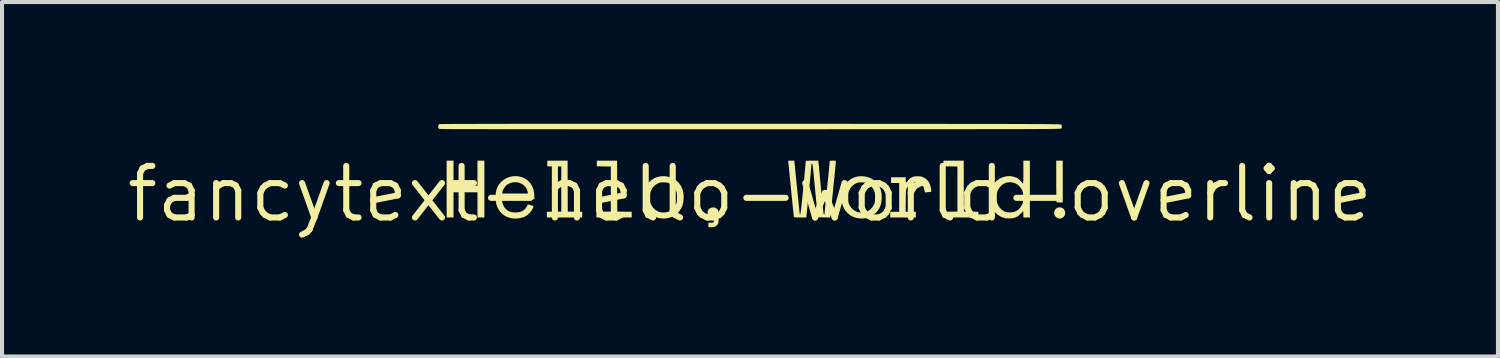
<source format=kicad_pcb>
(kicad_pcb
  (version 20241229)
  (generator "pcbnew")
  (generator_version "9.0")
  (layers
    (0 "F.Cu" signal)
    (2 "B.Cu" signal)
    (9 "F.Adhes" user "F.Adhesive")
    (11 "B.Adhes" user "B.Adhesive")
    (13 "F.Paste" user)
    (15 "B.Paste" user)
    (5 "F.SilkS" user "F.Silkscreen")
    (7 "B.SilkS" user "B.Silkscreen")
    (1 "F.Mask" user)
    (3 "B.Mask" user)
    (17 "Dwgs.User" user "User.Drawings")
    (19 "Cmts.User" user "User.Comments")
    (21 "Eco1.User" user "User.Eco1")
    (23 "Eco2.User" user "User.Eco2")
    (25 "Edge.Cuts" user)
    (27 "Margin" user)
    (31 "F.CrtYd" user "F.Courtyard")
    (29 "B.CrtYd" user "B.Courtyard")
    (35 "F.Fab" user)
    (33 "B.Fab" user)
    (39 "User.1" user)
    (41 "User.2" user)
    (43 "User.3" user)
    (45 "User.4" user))
  (footprint "fancytext-hello-world-overline"
    (layer "F.Cu")
    (at 15.429 1.728)
    (property "Reference" "fancytext-hello-world-overline" (at 0 0 0) (layer "F.SilkS") (effects (font (size 1.27 1.27) (thickness 0.15))))
    (attr board_only exclude_from_pos_files exclude_from_bom)
    (fp_poly (pts (xy 7.552 0.203) (xy 7.55 0.192) (xy 7.549 0.163) (xy 7.548 0.118) (xy 7.547 0.058) (xy 7.546 -0.014) (xy 7.546 -0.096) (xy 7.545 -0.187) (xy 7.545 -0.284) (xy 7.545 -0.312) (xy 7.545 -0.82) (xy 7.625 -0.82) (xy 7.705 -0.82) (xy 7.705 -0.305) (xy 7.705 0.21) (xy 7.632 0.21) (xy 7.595 0.209) (xy 7.567 0.207) (xy 7.552 0.204) (xy 7.552 0.203)) (stroke (width 0) (type solid)) (fill yes) (layer "F.SilkS"))
    (fp_poly (pts (xy -5.005 0.51) (xy -5.005 0.44) (xy -4.827 0.438) (xy -4.65 0.435) (xy -4.65 -0.12) (xy -4.65 -0.675) (xy -4.822 -0.678) (xy -4.995 -0.68) (xy -4.995 -0.75) (xy -4.995 -0.82) (xy -4.745 -0.82) (xy -4.495 -0.82) (xy -4.493 -0.193) (xy -4.49 0.435) (xy -4.312 0.438) (xy -4.135 0.44) (xy -4.135 0.51) (xy -4.135 0.58) (xy -4.57 0.58) (xy -5.005 0.58) (xy -5.005 0.51)) (stroke (width 0) (type solid)) (fill yes) (layer "F.SilkS"))
    (fp_poly (pts (xy -3.785 0.51) (xy -3.785 0.44) (xy -3.607 0.438) (xy -3.43 0.435) (xy -3.43 -0.12) (xy -3.43 -0.675) (xy -3.603 -0.678) (xy -3.775 -0.68) (xy -3.775 -0.75) (xy -3.775 -0.82) (xy -3.525 -0.82) (xy -3.275 -0.82) (xy -3.273 -0.193) (xy -3.27 0.435) (xy -3.092 0.438) (xy -2.915 0.44) (xy -2.915 0.51) (xy -2.915 0.58) (xy -3.35 0.58) (xy -3.785 0.58) (xy -3.785 0.51)) (stroke (width 0) (type solid)) (fill yes) (layer "F.SilkS"))
    (fp_poly (pts (xy 4.755 0.51) (xy 4.755 0.44) (xy 4.933 0.438) (xy 5.11 0.435) (xy 5.11 -0.12) (xy 5.11 -0.675) (xy 4.938 -0.678) (xy 4.765 -0.68) (xy 4.765 -0.75) (xy 4.765 -0.82) (xy 5.015 -0.82) (xy 5.265 -0.82) (xy 5.267 -0.193) (xy 5.27 0.435) (xy 5.447 0.438) (xy 5.625 0.44) (xy 5.625 0.51) (xy 5.625 0.58) (xy 5.19 0.58) (xy 4.755 0.58) (xy 4.755 0.51)) (stroke (width 0) (type solid)) (fill yes) (layer "F.SilkS"))
    (fp_poly (pts (xy 7.57 0.591) (xy 7.529 0.562) (xy 7.502 0.52) (xy 7.493 0.469) (xy 7.493 0.463) (xy 7.502 0.413) (xy 7.528 0.373) (xy 7.567 0.344) (xy 7.615 0.331) (xy 7.628 0.33) (xy 7.68 0.339) (xy 7.721 0.364) (xy 7.75 0.402) (xy 7.764 0.452) (xy 7.765 0.472) (xy 7.756 0.52) (xy 7.729 0.562) (xy 7.688 0.592) (xy 7.678 0.596) (xy 7.645 0.607) (xy 7.617 0.608) (xy 7.584 0.597) (xy 7.57 0.591)) (stroke (width 0) (type solid)) (fill yes) (layer "F.SilkS"))
    (fp_poly (pts (xy -7.475 -0.12) (xy -7.475 -0.82) (xy -7.39 -0.82) (xy -7.305 -0.82) (xy -7.305 -0.51) (xy -7.305 -0.2) (xy -7.01 -0.2) (xy -6.715 -0.2) (xy -6.715 -0.51) (xy -6.715 -0.82) (xy -6.63 -0.82) (xy -6.545 -0.82) (xy -6.545 -0.12) (xy -6.545 0.58) (xy -6.63 0.58) (xy -6.715 0.58) (xy -6.715 0.27) (xy -6.715 -0.04) (xy -7.01 -0.04) (xy -7.305 -0.04) (xy -7.305 0.27) (xy -7.305 0.58) (xy -7.39 0.58) (xy -7.475 0.58) (xy -7.475 -0.12)) (stroke (width 0) (type solid)) (fill yes) (layer "F.SilkS"))
    (fp_poly (pts (xy -1.025 0.765) (xy -1.025 0.71) (xy -0.965 0.71) (xy -0.93 0.709) (xy -0.91 0.705) (xy -0.896 0.695) (xy -0.89 0.686) (xy -0.879 0.657) (xy -0.877 0.633) (xy -0.882 0.613) (xy -0.896 0.607) (xy -0.907 0.608) (xy -0.945 0.604) (xy -0.985 0.585) (xy -1.017 0.555) (xy -1.026 0.543) (xy -1.043 0.502) (xy -1.047 0.456) (xy -1.04 0.413) (xy -1.03 0.394) (xy -0.996 0.359) (xy -0.952 0.338) (xy -0.904 0.331) (xy -0.857 0.34) (xy -0.838 0.35) (xy -0.815 0.366) (xy -0.799 0.384) (xy -0.787 0.409) (xy -0.78 0.443) (xy -0.776 0.489) (xy -0.775 0.55) (xy -0.775 0.573) (xy -0.775 0.63) (xy -0.776 0.671) (xy -0.778 0.7) (xy -0.783 0.721) (xy -0.789 0.736) (xy -0.798 0.751) (xy -0.83 0.787) (xy -0.873 0.809) (xy -0.928 0.819) (xy -0.958 0.82) (xy -1.025 0.82) (xy -1.025 0.765)) (stroke (width 0) (type solid)) (fill yes) (layer "F.SilkS"))
    (fp_poly (pts (xy 3.455 0.51) (xy 3.455 0.44) (xy 3.565 0.44) (xy 3.675 0.44) (xy 3.675 0.085) (xy 3.675 -0.27) (xy 3.575 -0.27) (xy 3.475 -0.27) (xy 3.475 -0.34) (xy 3.475 -0.41) (xy 3.655 -0.41) (xy 3.835 -0.41) (xy 3.835 -0.345) (xy 3.837 -0.305) (xy 3.843 -0.285) (xy 3.854 -0.284) (xy 3.872 -0.301) (xy 3.89 -0.328) (xy 3.918 -0.364) (xy 3.955 -0.392) (xy 3.979 -0.405) (xy 4.011 -0.42) (xy 4.038 -0.429) (xy 4.068 -0.433) (xy 4.107 -0.435) (xy 4.129 -0.435) (xy 4.176 -0.434) (xy 4.21 -0.431) (xy 4.239 -0.424) (xy 4.268 -0.411) (xy 4.277 -0.407) (xy 4.343 -0.364) (xy 4.395 -0.307) (xy 4.433 -0.236) (xy 4.456 -0.153) (xy 4.461 -0.117) (xy 4.467 -0.053) (xy 4.4 -0.045) (xy 4.363 -0.041) (xy 4.335 -0.037) (xy 4.32 -0.034) (xy 4.311 -0.04) (xy 4.303 -0.066) (xy 4.297 -0.096) (xy 4.28 -0.161) (xy 4.253 -0.211) (xy 4.214 -0.248) (xy 4.182 -0.266) (xy 4.118 -0.286) (xy 4.054 -0.289) (xy 3.993 -0.276) (xy 3.939 -0.247) (xy 3.913 -0.224) (xy 3.893 -0.197) (xy 3.872 -0.163) (xy 3.863 -0.145) (xy 3.856 -0.129) (xy 3.851 -0.113) (xy 3.847 -0.094) (xy 3.843 -0.071) (xy 3.841 -0.039) (xy 3.84 0.004) (xy 3.838 0.06) (xy 3.837 0.132) (xy 3.837 0.172) (xy 3.834 0.44) (xy 3.959 0.44) (xy 4.085 0.44) (xy 4.085 0.51) (xy 4.085 0.58) (xy 3.77 0.58) (xy 3.455 0.58) (xy 3.455 0.51)) (stroke (width 0) (type solid)) (fill yes) (layer "F.SilkS"))
    (fp_poly (pts (xy -5.719 -0.436) (xy -5.629 -0.415) (xy -5.56 -0.387) (xy -5.481 -0.335) (xy -5.417 -0.27) (xy -5.367 -0.192) (xy -5.334 -0.104) (xy -5.317 -0.006) (xy -5.315 0.047) (xy -5.315 0.13) (xy -6.118 0.13) (xy -6.111 0.172) (xy -6.09 0.255) (xy -6.055 0.326) (xy -6.006 0.383) (xy -5.946 0.425) (xy -5.933 0.431) (xy -5.881 0.447) (xy -5.818 0.455) (xy -5.751 0.456) (xy -5.688 0.449) (xy -5.635 0.434) (xy -5.63 0.432) (xy -5.572 0.398) (xy -5.528 0.355) (xy -5.499 0.307) (xy -5.484 0.281) (xy -5.473 0.264) (xy -5.469 0.26) (xy -5.458 0.262) (xy -5.432 0.268) (xy -5.4 0.276) (xy -5.363 0.287) (xy -5.343 0.298) (xy -5.337 0.314) (xy -5.344 0.339) (xy -5.362 0.378) (xy -5.362 0.378) (xy -5.394 0.427) (xy -5.438 0.476) (xy -5.488 0.521) (xy -5.539 0.555) (xy -5.569 0.569) (xy -5.673 0.598) (xy -5.779 0.608) (xy -5.883 0.599) (xy -5.901 0.595) (xy -5.989 0.567) (xy -6.068 0.521) (xy -6.125 0.471) (xy -6.179 0.408) (xy -6.219 0.34) (xy -6.247 0.266) (xy -6.263 0.18) (xy -6.268 0.081) (xy -6.268 0.07) (xy -6.264 -0.018) (xy -6.261 -0.033) (xy -6.105 -0.033) (xy -6.105 -0.01) (xy -5.475 -0.01) (xy -5.475 -0.037) (xy -5.482 -0.072) (xy -5.499 -0.114) (xy -5.522 -0.156) (xy -5.55 -0.192) (xy -5.556 -0.198) (xy -5.616 -0.244) (xy -5.686 -0.275) (xy -5.76 -0.289) (xy -5.836 -0.286) (xy -5.909 -0.268) (xy -5.977 -0.233) (xy -5.993 -0.221) (xy -6.025 -0.189) (xy -6.056 -0.149) (xy -6.082 -0.105) (xy -6.099 -0.064) (xy -6.105 -0.033) (xy -6.261 -0.033) (xy -6.251 -0.092) (xy -6.228 -0.158) (xy -6.195 -0.22) (xy -6.137 -0.292) (xy -6.067 -0.351) (xy -5.987 -0.396) (xy -5.901 -0.425) (xy -5.81 -0.439)) (stroke (width 0) (type solid)) (fill yes) (layer "F.SilkS"))
    (fp_poly (pts (xy -2.1 -0.437) (xy -2 -0.421) (xy -1.908 -0.388) (xy -1.827 -0.34) (xy -1.759 -0.277) (xy -1.704 -0.2) (xy -1.686 -0.166) (xy -1.659 -0.099) (xy -1.643 -0.03) (xy -1.636 0.048) (xy -1.635 0.085) (xy -1.642 0.19) (xy -1.663 0.282) (xy -1.7 0.363) (xy -1.752 0.437) (xy -1.779 0.466) (xy -1.854 0.527) (xy -1.939 0.571) (xy -2.031 0.598) (xy -2.128 0.607) (xy -2.228 0.598) (xy -2.243 0.595) (xy -2.329 0.569) (xy -2.403 0.531) (xy -2.471 0.477) (xy -2.532 0.41) (xy -2.577 0.335) (xy -2.607 0.251) (xy -2.622 0.155) (xy -2.625 0.09) (xy -2.46 0.09) (xy -2.46 0.143) (xy -2.458 0.181) (xy -2.455 0.209) (xy -2.449 0.231) (xy -2.44 0.253) (xy -2.432 0.27) (xy -2.385 0.342) (xy -2.328 0.397) (xy -2.259 0.436) (xy -2.232 0.446) (xy -2.18 0.456) (xy -2.118 0.457) (xy -2.055 0.449) (xy -1.998 0.433) (xy -1.98 0.426) (xy -1.917 0.384) (xy -1.864 0.326) (xy -1.826 0.261) (xy -1.815 0.235) (xy -1.807 0.211) (xy -1.803 0.184) (xy -1.801 0.149) (xy -1.8 0.101) (xy -1.8 0.085) (xy -1.8 0.033) (xy -1.802 -0.004) (xy -1.805 -0.032) (xy -1.812 -0.055) (xy -1.822 -0.081) (xy -1.833 -0.102) (xy -1.877 -0.171) (xy -1.933 -0.226) (xy -1.994 -0.262) (xy -2.022 -0.274) (xy -2.052 -0.281) (xy -2.09 -0.284) (xy -2.13 -0.285) (xy -2.177 -0.284) (xy -2.211 -0.281) (xy -2.24 -0.273) (xy -2.27 -0.261) (xy -2.277 -0.257) (xy -2.342 -0.214) (xy -2.397 -0.155) (xy -2.434 -0.091) (xy -2.445 -0.066) (xy -2.452 -0.042) (xy -2.457 -0.016) (xy -2.459 0.018) (xy -2.46 0.064) (xy -2.46 0.09) (xy -2.625 0.09) (xy -2.625 0.085) (xy -2.618 -0.02) (xy -2.598 -0.112) (xy -2.562 -0.194) (xy -2.511 -0.266) (xy -2.476 -0.303) (xy -2.398 -0.365) (xy -2.312 -0.408) (xy -2.219 -0.432) (xy -2.119 -0.438)) (stroke (width 0) (type solid)) (fill yes) (layer "F.SilkS"))
    (fp_poly (pts (xy 2.78 -0.437) (xy 2.881 -0.421) (xy 2.972 -0.388) (xy 3.053 -0.34) (xy 3.121 -0.277) (xy 3.176 -0.2) (xy 3.194 -0.166) (xy 3.221 -0.099) (xy 3.237 -0.03) (xy 3.244 0.048) (xy 3.245 0.085) (xy 3.238 0.19) (xy 3.217 0.282) (xy 3.18 0.363) (xy 3.128 0.437) (xy 3.101 0.466) (xy 3.026 0.527) (xy 2.941 0.571) (xy 2.849 0.598) (xy 2.752 0.607) (xy 2.652 0.598) (xy 2.637 0.595) (xy 2.551 0.569) (xy 2.477 0.531) (xy 2.409 0.477) (xy 2.348 0.41) (xy 2.303 0.335) (xy 2.273 0.251) (xy 2.258 0.155) (xy 2.255 0.09) (xy 2.42 0.09) (xy 2.42 0.143) (xy 2.422 0.181) (xy 2.425 0.209) (xy 2.431 0.231) (xy 2.44 0.253) (xy 2.448 0.27) (xy 2.495 0.342) (xy 2.552 0.397) (xy 2.621 0.436) (xy 2.648 0.446) (xy 2.7 0.456) (xy 2.762 0.457) (xy 2.825 0.449) (xy 2.882 0.433) (xy 2.9 0.426) (xy 2.963 0.384) (xy 3.016 0.326) (xy 3.054 0.261) (xy 3.065 0.235) (xy 3.073 0.211) (xy 3.077 0.184) (xy 3.079 0.149) (xy 3.08 0.101) (xy 3.08 0.085) (xy 3.08 0.033) (xy 3.078 -0.004) (xy 3.075 -0.032) (xy 3.068 -0.055) (xy 3.058 -0.081) (xy 3.047 -0.102) (xy 3.003 -0.171) (xy 2.947 -0.226) (xy 2.886 -0.262) (xy 2.858 -0.274) (xy 2.828 -0.281) (xy 2.79 -0.284) (xy 2.75 -0.285) (xy 2.703 -0.284) (xy 2.669 -0.281) (xy 2.64 -0.273) (xy 2.61 -0.261) (xy 2.603 -0.257) (xy 2.538 -0.214) (xy 2.483 -0.155) (xy 2.446 -0.091) (xy 2.435 -0.066) (xy 2.428 -0.042) (xy 2.423 -0.016) (xy 2.421 0.018) (xy 2.42 0.064) (xy 2.42 0.09) (xy 2.255 0.09) (xy 2.255 0.085) (xy 2.262 -0.02) (xy 2.282 -0.112) (xy 2.318 -0.194) (xy 2.369 -0.266) (xy 2.404 -0.303) (xy 2.482 -0.365) (xy 2.568 -0.408) (xy 2.661 -0.432) (xy 2.761 -0.438)) (stroke (width 0) (type solid)) (fill yes) (layer "F.SilkS"))
    (fp_poly (pts (xy 6.895 0.58) (xy 6.735 0.58) (xy 6.735 0.505) (xy 6.734 0.469) (xy 6.733 0.443) (xy 6.73 0.43) (xy 6.73 0.43) (xy 6.721 0.437) (xy 6.702 0.454) (xy 6.676 0.48) (xy 6.662 0.493) (xy 6.621 0.533) (xy 6.583 0.559) (xy 6.543 0.578) (xy 6.542 0.579) (xy 6.469 0.598) (xy 6.389 0.605) (xy 6.31 0.601) (xy 6.279 0.596) (xy 6.19 0.566) (xy 6.111 0.52) (xy 6.055 0.471) (xy 5.997 0.4) (xy 5.954 0.317) (xy 5.927 0.222) (xy 5.916 0.115) (xy 5.915 0.085) (xy 5.915 0.085) (xy 6.08 0.085) (xy 6.08 0.137) (xy 6.082 0.175) (xy 6.086 0.204) (xy 6.092 0.228) (xy 6.103 0.254) (xy 6.108 0.265) (xy 6.151 0.337) (xy 6.205 0.393) (xy 6.269 0.431) (xy 6.343 0.453) (xy 6.422 0.456) (xy 6.479 0.45) (xy 6.528 0.435) (xy 6.548 0.426) (xy 6.613 0.384) (xy 6.666 0.325) (xy 6.704 0.261) (xy 6.715 0.235) (xy 6.723 0.211) (xy 6.727 0.184) (xy 6.729 0.149) (xy 6.73 0.101) (xy 6.73 0.085) (xy 6.73 0.033) (xy 6.728 -0.005) (xy 6.724 -0.034) (xy 6.717 -0.059) (xy 6.707 -0.085) (xy 6.701 -0.098) (xy 6.659 -0.166) (xy 6.605 -0.22) (xy 6.541 -0.26) (xy 6.469 -0.283) (xy 6.394 -0.29) (xy 6.317 -0.278) (xy 6.289 -0.269) (xy 6.221 -0.233) (xy 6.164 -0.18) (xy 6.118 -0.112) (xy 6.112 -0.101) (xy 6.099 -0.072) (xy 6.089 -0.048) (xy 6.084 -0.024) (xy 6.081 0.006) (xy 6.08 0.047) (xy 6.08 0.085) (xy 5.915 0.085) (xy 5.923 -0.02) (xy 5.946 -0.118) (xy 5.983 -0.205) (xy 6.034 -0.281) (xy 6.071 -0.319) (xy 6.144 -0.373) (xy 6.226 -0.411) (xy 6.312 -0.434) (xy 6.401 -0.439) (xy 6.489 -0.426) (xy 6.572 -0.396) (xy 6.575 -0.395) (xy 6.602 -0.378) (xy 6.633 -0.354) (xy 6.662 -0.326) (xy 6.687 -0.3) (xy 6.702 -0.279) (xy 6.705 -0.27) (xy 6.713 -0.261) (xy 6.72 -0.26) (xy 6.724 -0.262) (xy 6.728 -0.27) (xy 6.731 -0.286) (xy 6.732 -0.312) (xy 6.734 -0.35) (xy 6.735 -0.401) (xy 6.735 -0.47) (xy 6.735 -0.54) (xy 6.735 -0.82) (xy 6.895 -0.82)) (stroke (width 0) (type solid)) (fill yes) (layer "F.SilkS"))
    (fp_poly (pts (xy -7.652 -1.6) (xy -7.673 -1.618) (xy -7.683 -1.646) (xy -7.682 -1.677) (xy -7.67 -1.704) (xy -7.649 -1.72) (xy -7.637 -1.721) (xy -7.606 -1.722) (xy -7.555 -1.722) (xy -7.484 -1.723) (xy -7.394 -1.723) (xy -7.284 -1.724) (xy -7.156 -1.724) (xy -7.008 -1.725) (xy -6.842 -1.725) (xy -6.657 -1.726) (xy -6.453 -1.726) (xy -6.231 -1.726) (xy -5.991 -1.727) (xy -5.733 -1.727) (xy -5.457 -1.727) (xy -5.164 -1.727) (xy -4.852 -1.727) (xy -4.523 -1.728) (xy -4.177 -1.728) (xy -3.814 -1.728) (xy -3.433 -1.728) (xy -3.036 -1.728) (xy -2.622 -1.728) (xy -2.192 -1.728) (xy -1.745 -1.728) (xy -1.282 -1.728) (xy -0.802 -1.728) (xy -0.307 -1.728) (xy 0.017 -1.728) (xy 0.485 -1.727) (xy 0.935 -1.727) (xy 1.365 -1.727) (xy 1.776 -1.727) (xy 2.169 -1.727) (xy 2.544 -1.727) (xy 2.902 -1.726) (xy 3.243 -1.726) (xy 3.566 -1.726) (xy 3.874 -1.726) (xy 4.166 -1.726) (xy 4.443 -1.726) (xy 4.704 -1.726) (xy 4.951 -1.725) (xy 5.184 -1.725) (xy 5.403 -1.725) (xy 5.609 -1.725) (xy 5.801 -1.724) (xy 5.982 -1.724) (xy 6.15 -1.724) (xy 6.307 -1.724) (xy 6.453 -1.723) (xy 6.587 -1.723) (xy 6.712 -1.723) (xy 6.826 -1.722) (xy 6.931 -1.722) (xy 7.027 -1.722) (xy 7.114 -1.721) (xy 7.192 -1.721) (xy 7.263 -1.72) (xy 7.327 -1.72) (xy 7.383 -1.719) (xy 7.433 -1.718) (xy 7.477 -1.718) (xy 7.514 -1.717) (xy 7.547 -1.716) (xy 7.574 -1.716) (xy 7.597 -1.715) (xy 7.616 -1.714) (xy 7.632 -1.713) (xy 7.644 -1.712) (xy 7.653 -1.711) (xy 7.66 -1.71) (xy 7.664 -1.709) (xy 7.667 -1.708) (xy 7.669 -1.707) (xy 7.671 -1.706) (xy 7.671 -1.706) (xy 7.683 -1.673) (xy 7.681 -1.637) (xy 7.671 -1.614) (xy 7.67 -1.613) (xy 7.668 -1.612) (xy 7.665 -1.611) (xy 7.661 -1.61) (xy 7.655 -1.609) (xy 7.647 -1.608) (xy 7.636 -1.607) (xy 7.621 -1.606) (xy 7.604 -1.605) (xy 7.582 -1.605) (xy 7.556 -1.604) (xy 7.525 -1.603) (xy 7.489 -1.602) (xy 7.447 -1.602) (xy 7.399 -1.601) (xy 7.345 -1.601) (xy 7.284 -1.6) (xy 7.215 -1.6) (xy 7.139 -1.599) (xy 7.054 -1.599) (xy 6.961 -1.598) (xy 6.859 -1.598) (xy 6.748 -1.597) (xy 6.627 -1.597) (xy 6.495 -1.597) (xy 6.353 -1.597) (xy 6.2 -1.596) (xy 6.035 -1.596) (xy 5.859 -1.596) (xy 5.67 -1.596) (xy 5.468 -1.595) (xy 5.253 -1.595) (xy 5.025 -1.595) (xy 4.782 -1.595) (xy 4.525 -1.595) (xy 4.253 -1.594) (xy 3.966 -1.594) (xy 3.664 -1.594) (xy 3.345 -1.594) (xy 3.01 -1.594) (xy 2.657 -1.594) (xy 2.288 -1.594) (xy 1.9 -1.594) (xy 1.495 -1.593) (xy 1.07 -1.593) (xy 0.627 -1.593) (xy 0.165 -1.593) (xy 0.013 -1.593) (xy -0.418 -1.593) (xy -0.841 -1.593) (xy -1.255 -1.593) (xy -1.66 -1.593) (xy -2.055 -1.593) (xy -2.44 -1.593) (xy -2.814 -1.593) (xy -3.178 -1.593) (xy -3.53 -1.593) (xy -3.87 -1.593) (xy -4.199 -1.593) (xy -4.515 -1.594) (xy -4.818 -1.594) (xy -5.108 -1.594) (xy -5.385 -1.594) (xy -5.647 -1.594) (xy -5.896 -1.595) (xy -6.129 -1.595) (xy -6.348 -1.595) (xy -6.551 -1.596) (xy -6.738 -1.596) (xy -6.909 -1.596) (xy -7.063 -1.597) (xy -7.2 -1.597) (xy -7.32 -1.597) (xy -7.422 -1.598) (xy -7.506 -1.598) (xy -7.571 -1.599) (xy -7.618 -1.599) (xy -7.645 -1.6) (xy -7.652 -1.6)) (stroke (width 0) (type solid)) (fill yes) (layer "F.SilkS"))
    (fp_poly (pts (xy 1.081 0.568) (xy 1.079 0.556) (xy 1.076 0.526) (xy 1.071 0.479) (xy 1.064 0.417) (xy 1.056 0.343) (xy 1.048 0.256) (xy 1.038 0.16) (xy 1.027 0.055) (xy 1.016 -0.056) (xy 1.01 -0.115) (xy 0.999 -0.229) (xy 0.988 -0.338) (xy 0.978 -0.439) (xy 0.969 -0.531) (xy 0.961 -0.612) (xy 0.954 -0.682) (xy 0.948 -0.737) (xy 0.944 -0.776) (xy 0.941 -0.798) (xy 0.941 -0.802) (xy 0.941 -0.811) (xy 0.949 -0.817) (xy 0.968 -0.819) (xy 1.003 -0.82) (xy 1.014 -0.82) (xy 1.091 -0.82) (xy 1.154 -0.193) (xy 1.165 -0.081) (xy 1.176 0.025) (xy 1.186 0.124) (xy 1.195 0.214) (xy 1.203 0.294) (xy 1.21 0.361) (xy 1.216 0.415) (xy 1.22 0.452) (xy 1.222 0.471) (xy 1.222 0.473) (xy 1.226 0.494) (xy 1.23 0.506) (xy 1.234 0.508) (xy 1.238 0.5) (xy 1.243 0.479) (xy 1.249 0.446) (xy 1.255 0.399) (xy 1.263 0.338) (xy 1.271 0.26) (xy 1.281 0.167) (xy 1.292 0.055) (xy 1.305 -0.075) (xy 1.312 -0.146) (xy 1.322 -0.258) (xy 1.333 -0.364) (xy 1.342 -0.463) (xy 1.35 -0.553) (xy 1.358 -0.632) (xy 1.364 -0.698) (xy 1.369 -0.75) (xy 1.372 -0.787) (xy 1.374 -0.805) (xy 1.374 -0.807) (xy 1.38 -0.813) (xy 1.397 -0.816) (xy 1.428 -0.818) (xy 1.475 -0.82) (xy 1.529 -0.82) (xy 1.682 -0.82) (xy 1.688 -0.767) (xy 1.69 -0.748) (xy 1.694 -0.711) (xy 1.699 -0.658) (xy 1.705 -0.59) (xy 1.713 -0.51) (xy 1.721 -0.42) (xy 1.731 -0.321) (xy 1.741 -0.216) (xy 1.751 -0.105) (xy 1.751 -0.102) (xy 1.764 0.03) (xy 1.775 0.144) (xy 1.785 0.24) (xy 1.793 0.32) (xy 1.8 0.384) (xy 1.806 0.433) (xy 1.811 0.47) (xy 1.816 0.494) (xy 1.819 0.507) (xy 1.822 0.51) (xy 1.834 0.502) (xy 1.835 0.497) (xy 1.836 0.486) (xy 1.839 0.456) (xy 1.843 0.409) (xy 1.849 0.348) (xy 1.857 0.273) (xy 1.865 0.187) (xy 1.875 0.092) (xy 1.885 -0.012) (xy 1.897 -0.121) (xy 1.9 -0.155) (xy 1.911 -0.266) (xy 1.922 -0.372) (xy 1.932 -0.47) (xy 1.941 -0.559) (xy 1.948 -0.637) (xy 1.955 -0.702) (xy 1.96 -0.753) (xy 1.963 -0.788) (xy 1.965 -0.806) (xy 1.965 -0.807) (xy 1.972 -0.815) (xy 1.995 -0.819) (xy 2.035 -0.82) (xy 2.04 -0.82) (xy 2.078 -0.82) (xy 2.101 -0.817) (xy 2.112 -0.813) (xy 2.115 -0.804) (xy 2.115 -0.799) (xy 2.114 -0.785) (xy 2.111 -0.753) (xy 2.107 -0.706) (xy 2.101 -0.645) (xy 2.094 -0.572) (xy 2.086 -0.489) (xy 2.077 -0.398) (xy 2.067 -0.302) (xy 2.057 -0.203) (xy 2.047 -0.102) (xy 2.037 -0.001) (xy 2.027 0.097) (xy 2.017 0.191) (xy 2.008 0.278) (xy 2 0.357) (xy 1.993 0.424) (xy 1.987 0.479) (xy 1.983 0.52) (xy 1.98 0.543) (xy 1.979 0.548) (xy 1.974 0.581) (xy 1.822 0.578) (xy 1.67 0.575) (xy 1.634 0.205) (xy 1.624 0.104) (xy 1.613 -0.005) (xy 1.603 -0.118) (xy 1.592 -0.229) (xy 1.582 -0.332) (xy 1.573 -0.423) (xy 1.57 -0.458) (xy 1.561 -0.547) (xy 1.553 -0.618) (xy 1.547 -0.672) (xy 1.541 -0.71) (xy 1.536 -0.735) (xy 1.531 -0.748) (xy 1.528 -0.75) (xy 1.516 -0.743) (xy 1.515 -0.738) (xy 1.514 -0.725) (xy 1.511 -0.694) (xy 1.507 -0.648) (xy 1.501 -0.587) (xy 1.494 -0.515) (xy 1.487 -0.434) (xy 1.478 -0.345) (xy 1.469 -0.251) (xy 1.459 -0.153) (xy 1.45 -0.054) (xy 1.44 0.044) (xy 1.431 0.139) (xy 1.422 0.229) (xy 1.414 0.312) (xy 1.406 0.385) (xy 1.4 0.448) (xy 1.395 0.497) (xy 1.391 0.531) (xy 1.39 0.547) (xy 1.389 0.547) (xy 1.384 0.58) (xy 1.234 0.58) (xy 1.172 0.58) (xy 1.127 0.578) (xy 1.099 0.575) (xy 1.084 0.571) (xy 1.081 0.568)) (stroke (width 0) (type solid)) (fill yes) (layer "F.SilkS")))
  (gr_rect
    (start -3 -3)
    (end 33.857 5.734)
    (stroke (width 0.1) (type default))
    (fill no)
    (layer "Edge.Cuts")))
</source>
